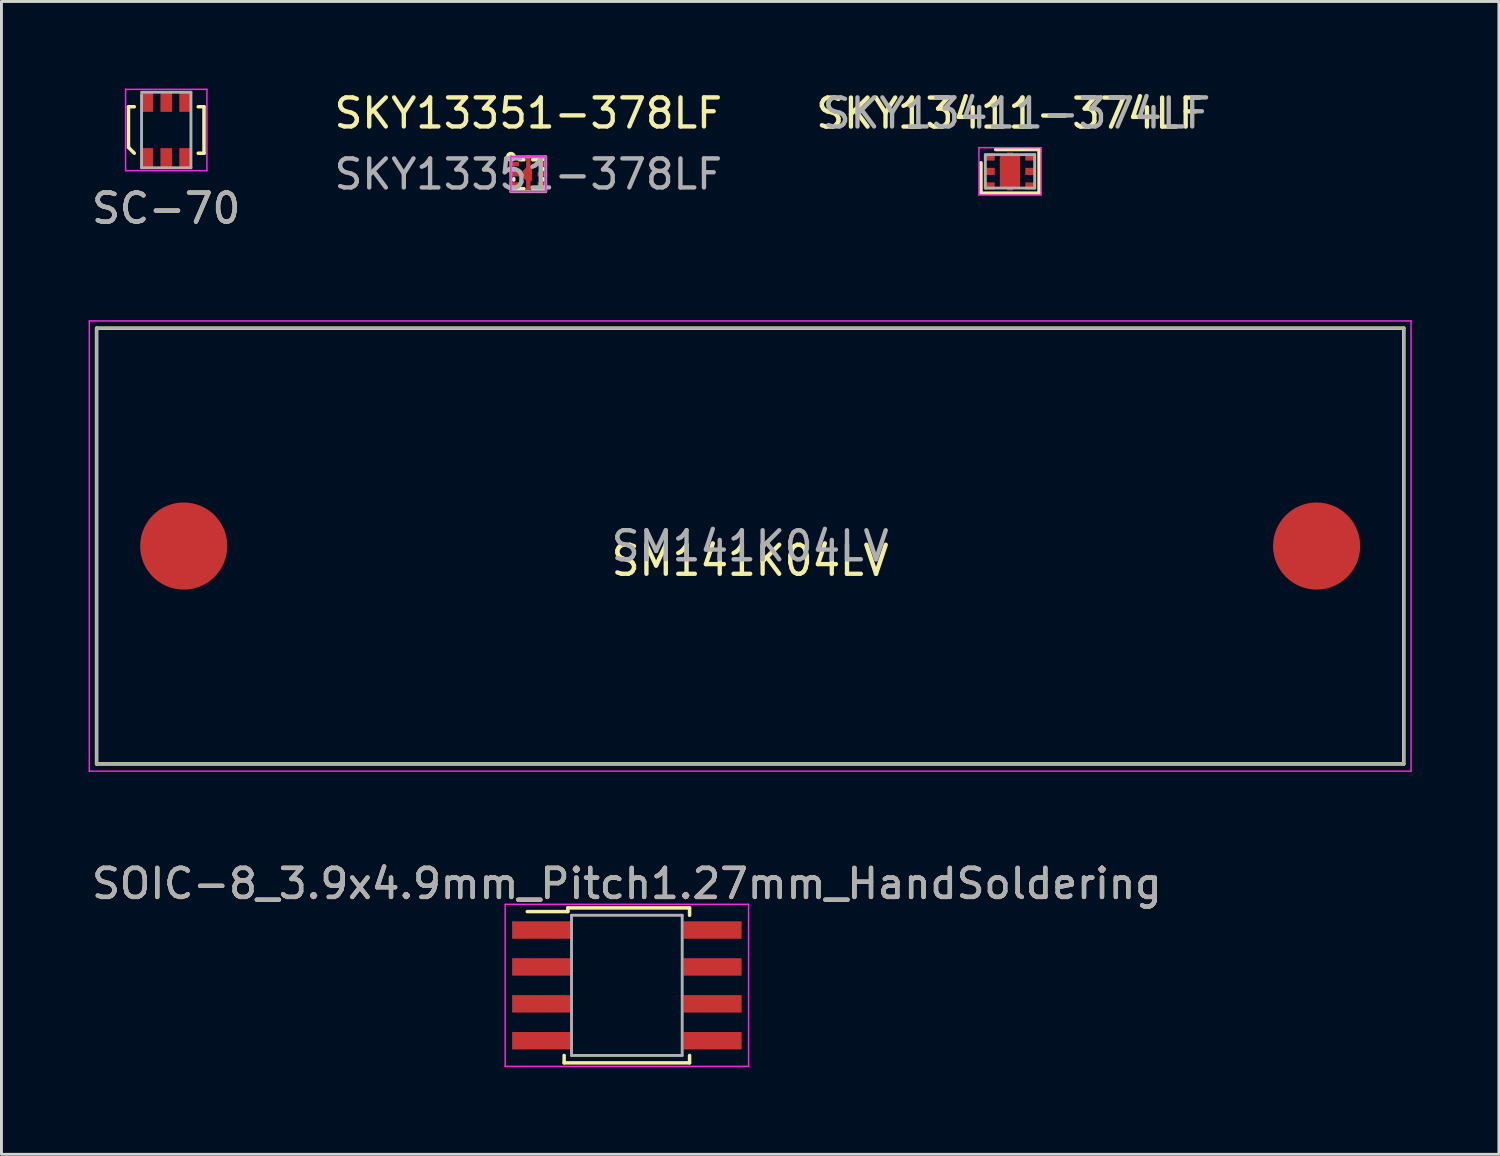
<source format=kicad_pcb>
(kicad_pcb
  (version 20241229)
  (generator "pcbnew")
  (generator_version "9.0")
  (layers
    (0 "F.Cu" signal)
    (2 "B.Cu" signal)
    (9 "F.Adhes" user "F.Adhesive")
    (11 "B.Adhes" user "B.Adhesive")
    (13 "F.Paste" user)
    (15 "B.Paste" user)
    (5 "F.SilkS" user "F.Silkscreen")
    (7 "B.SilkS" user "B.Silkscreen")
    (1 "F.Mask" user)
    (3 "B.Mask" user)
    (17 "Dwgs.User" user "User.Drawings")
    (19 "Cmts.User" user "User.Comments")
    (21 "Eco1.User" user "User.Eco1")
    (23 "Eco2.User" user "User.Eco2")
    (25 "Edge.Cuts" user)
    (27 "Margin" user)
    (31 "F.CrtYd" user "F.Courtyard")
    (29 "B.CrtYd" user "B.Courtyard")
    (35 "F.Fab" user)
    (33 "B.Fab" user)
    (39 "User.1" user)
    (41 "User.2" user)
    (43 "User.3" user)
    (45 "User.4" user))
  (footprint "SM141K04LV"
    (layer "F.Cu")
    (at 22.775 15.748)
    (property "Reference" "SM141K04LV" (at 0 0.5 0) (unlocked yes) (layer "F.SilkS") (effects (font (size 1 1) (thickness 0.15))))
    (attr smd)
    (fp_line (start -22.5 -7.5) (end 22.5 -7.5) (stroke (width 0.12) (type solid)) (layer "F.SilkS"))
    (fp_line (start -22.5 7.5) (end -22.5 -7.5) (stroke (width 0.12) (type solid)) (layer "F.SilkS"))
    (fp_line (start 22.5 -7.5) (end 22.5 7.5) (stroke (width 0.12) (type solid)) (layer "F.SilkS"))
    (fp_line (start 22.5 7.5) (end -22.5 7.5) (stroke (width 0.12) (type solid)) (layer "F.SilkS"))
    (fp_line (start -22.75 -7.75) (end 22.75 -7.75) (stroke (width 0.05) (type solid)) (layer "F.CrtYd"))
    (fp_line (start -22.75 7.75) (end -22.75 -7.75) (stroke (width 0.05) (type solid)) (layer "F.CrtYd"))
    (fp_line (start 22.75 -7.75) (end 22.75 7.75) (stroke (width 0.05) (type solid)) (layer "F.CrtYd"))
    (fp_line (start 22.75 7.75) (end -22.75 7.75) (stroke (width 0.05) (type solid)) (layer "F.CrtYd"))
    (fp_line (start -22.5 -7.5) (end -22.5 7.5) (stroke (width 0.1) (type solid)) (layer "F.Fab"))
    (fp_line (start -22.5 7.5) (end 22.5 7.5) (stroke (width 0.1) (type solid)) (layer "F.Fab"))
    (fp_line (start 22.5 -7.5) (end -22.5 -7.5) (stroke (width 0.1) (type solid)) (layer "F.Fab"))
    (fp_line (start 22.5 7.5) (end 22.5 -7.5) (stroke (width 0.1) (type solid)) (layer "F.Fab"))
    (fp_text user "${REFERENCE}" (at 0 0 0) (layer "F.Fab") (effects (font (size 1 1) (thickness 0.15))))
    (pad "1" smd circle (at -19.5 0) (size 3 3) (layers "F.Cu" "F.Mask" "F.Paste"))
    (pad "2" smd circle (at 19.5 0) (size 3 3) (layers "F.Cu" "F.Mask" "F.Paste")))
  (footprint "SKY13351-378LF"
    (layer "F.Cu")
    (at 15.137 2.948)
    (property "Reference" "SKY13351-378LF" (at 0 -2.1 0) (layer "F.SilkS") (effects (font (size 1 1) (thickness 0.15))))
    (attr smd)
    (fp_line (start -0.5 -0.201) (end -0.5 -0.15) (stroke (width 0.12) (type solid)) (layer "F.SilkS"))
    (fp_line (start -0.5 0.15) (end -0.5 0.201) (stroke (width 0.12) (type solid)) (layer "F.SilkS"))
    (fp_line (start -0.5 0.5) (end -0.15 0.5) (stroke (width 0.12) (type solid)) (layer "F.SilkS"))
    (fp_line (start -0.15 -0.5) (end -0.3 -0.5) (stroke (width 0.12) (type solid)) (layer "F.SilkS"))
    (fp_line (start 0.15 0.5) (end 0.5 0.5) (stroke (width 0.12) (type solid)) (layer "F.SilkS"))
    (fp_line (start 0.5 -0.5) (end 0.15 -0.5) (stroke (width 0.12) (type solid)) (layer "F.SilkS"))
    (fp_line (start 0.5 -0.15) (end 0.5 -0.201) (stroke (width 0.12) (type solid)) (layer "F.SilkS"))
    (fp_line (start 0.5 0.201) (end 0.5 0.15) (stroke (width 0.12) (type solid)) (layer "F.SilkS"))
    (fp_circle (center -0.599 -0.602) (end -0.5 -0.551) (stroke (width 0.12) (type solid)) (fill no) (layer "F.SilkS"))
    (fp_line (start -0.6 -0.6) (end 0.6 -0.6) (stroke (width 0.05) (type solid)) (layer "F.CrtYd"))
    (fp_line (start -0.6 0.6) (end -0.6 -0.6) (stroke (width 0.05) (type solid)) (layer "F.CrtYd"))
    (fp_line (start 0.6 -0.6) (end 0.6 0.6) (stroke (width 0.05) (type solid)) (layer "F.CrtYd"))
    (fp_line (start 0.6 0.6) (end -0.6 0.6) (stroke (width 0.05) (type solid)) (layer "F.CrtYd"))
    (fp_line (start -0.6 -0.6) (end 0.6 -0.6) (stroke (width 0.1) (type solid)) (layer "F.Fab"))
    (fp_line (start -0.6 0.6) (end -0.6 -0.6) (stroke (width 0.1) (type solid)) (layer "F.Fab"))
    (fp_line (start 0.6 -0.6) (end 0.6 0.6) (stroke (width 0.1) (type solid)) (layer "F.Fab"))
    (fp_line (start 0.6 0.6) (end -0.6 0.6) (stroke (width 0.1) (type solid)) (layer "F.Fab"))
    (fp_text user "${REFERENCE}" (at 0 0 0) (layer "F.Fab") (effects (font (size 1 1) (thickness 0.15))))
    (pad "1" smd rect (at -0.485 -0.351) (size 0.33 0.152) (layers "F.Cu" "F.Mask" "F.Paste"))
    (pad "2" smd rect (at -0.325 0) (size 0.65 0.152) (layers "F.Cu" "F.Mask" "F.Paste"))
    (pad "2" smd oval (at -0.109 -0.089 315) (size 0.15 0.399) (layers "F.Cu" "F.Mask" "F.Paste"))
    (pad "2" smd oval (at -0.099 0.089 45) (size 0.15 0.399) (layers "F.Cu" "F.Mask" "F.Paste"))
    (pad "2" smd rect (at 0 0) (size 0.152 1.3) (layers "F.Cu" "F.Mask" "F.Paste"))
    (pad "2" smd oval (at 0.066 0) (size 0.13 0.5) (layers "F.Cu" "F.Mask" "F.Paste"))
    (pad "3" smd rect (at -0.485 0.351) (size 0.33 0.152) (layers "F.Cu" "F.Mask" "F.Paste"))
    (pad "4" smd rect (at 0.485 0.351) (size 0.33 0.152) (layers "F.Cu" "F.Mask" "F.Paste"))
    (pad "5" smd rect (at 0.485 0) (size 0.33 0.152) (layers "F.Cu" "F.Mask" "F.Paste"))
    (pad "6" smd rect (at 0.485 -0.351) (size 0.33 0.152) (layers "F.Cu" "F.Mask" "F.Paste")))
  (footprint "SKY13411-374LF"
    (layer "F.Cu")
    (at 31.72 2.853)
    (property "Reference" "SKY13411-374LF" (at 0 -2 0) (layer "F.SilkS") (effects (font (size 1 1) (thickness 0.15))))
    (attr smd)
    (fp_line (start -1 0.744) (end -1 -0.3) (stroke (width 0.12) (type solid)) (layer "F.SilkS"))
    (fp_line (start -0.495 -0.755) (end 1 -0.755) (stroke (width 0.12) (type solid)) (layer "F.SilkS"))
    (fp_line (start 1 -0.754) (end 1 0.745) (stroke (width 0.12) (type solid)) (layer "F.SilkS"))
    (fp_line (start 1 0.745) (end -1 0.745) (stroke (width 0.12) (type solid)) (layer "F.SilkS"))
    (fp_line (start -1.07 -0.82) (end 1.07 -0.82) (stroke (width 0.05) (type solid)) (layer "F.CrtYd"))
    (fp_line (start -1.07 0.81) (end -1.07 -0.82) (stroke (width 0.05) (type solid)) (layer "F.CrtYd"))
    (fp_line (start 1.07 -0.82) (end 1.07 0.81) (stroke (width 0.05) (type solid)) (layer "F.CrtYd"))
    (fp_line (start 1.07 0.81) (end -1.07 0.81) (stroke (width 0.05) (type solid)) (layer "F.CrtYd"))
    (fp_line (start -0.85 -0.58) (end 0.85 -0.58) (stroke (width 0.1) (type solid)) (layer "F.Fab"))
    (fp_line (start -0.85 0.57) (end -0.85 -0.555) (stroke (width 0.1) (type solid)) (layer "F.Fab"))
    (fp_line (start 0.85 -0.58) (end 0.85 0.57) (stroke (width 0.1) (type solid)) (layer "F.Fab"))
    (fp_line (start 0.85 0.57) (end -0.85 0.57) (stroke (width 0.1) (type solid)) (layer "F.Fab"))
    (fp_text user "${REFERENCE}" (at 0.225 -2.005 0) (layer "F.Fab") (effects (font (size 1 1) (thickness 0.15))))
    (pad "" smd rect (at -0.275 -0.525 315) (size 0.071 0.142) (layers "F.Cu" "F.Mask" "F.Paste"))
    (pad "" smd rect (at -0.25 -0.425) (size 0.201 0.15) (layers "F.Cu" "F.Mask" "F.Paste"))
    (pad "" smd oval (at -0.25 0.05) (size 0.201 1.1) (layers "F.Cu" "F.Mask" "F.Paste"))
    (pad "" smd rect (at -0.001 0) (size 0.5 1.199) (layers "F.Cu" "F.Mask" "F.Paste"))
    (pad "" smd rect (at 0 0) (size 0.201 1.3) (layers "F.Cu" "F.Mask" "F.Paste"))
    (pad "" smd oval (at 0.248 0) (size 0.201 1.199) (layers "F.Cu" "F.Mask" "F.Paste"))
    (pad "1" smd rect (at -0.7 -0.5) (size 0.35 0.25) (layers "F.Cu" "F.Mask" "F.Paste"))
    (pad "2" smd rect (at -0.7 0) (size 0.35 0.25) (layers "F.Cu" "F.Mask" "F.Paste"))
    (pad "3" smd rect (at -0.7 0.5) (size 0.35 0.25) (layers "F.Cu" "F.Mask" "F.Paste"))
    (pad "4" smd rect (at 0.7 0.5) (size 0.35 0.25) (layers "F.Cu" "F.Mask" "F.Paste"))
    (pad "5" smd rect (at 0.7 0) (size 0.35 0.25) (layers "F.Cu" "F.Mask" "F.Paste"))
    (pad "6" smd rect (at 0.7 -0.5) (size 0.35 0.25) (layers "F.Cu" "F.Mask" "F.Paste")))
  (footprint "SOIC-8_3.9x4.9mm_Pitch1.27mm_HandSoldering"
    (layer "F.Cu")
    (at 18.53 30.872)
    (property "Reference" "SOIC-8_3.9x4.9mm_Pitch1.27mm_HandSoldering" (at 0 -3.5 0) (layer "F.SilkS") (effects (font (size 1 1) (thickness 0.15))))
    (attr smd)
    (fp_line (start -2.159 2.667) (end -2.159 2.413) (stroke (width 0.12) (type solid)) (layer "F.SilkS"))
    (fp_line (start -2.159 2.667) (end 2.159 2.667) (stroke (width 0.12) (type solid)) (layer "F.SilkS"))
    (fp_line (start -2.032 -2.667) (end -2.032 -2.54) (stroke (width 0.12) (type solid)) (layer "F.SilkS"))
    (fp_line (start -2.032 -2.667) (end 2.159 -2.667) (stroke (width 0.12) (type solid)) (layer "F.SilkS"))
    (fp_line (start -2.032 -2.54) (end -3.429 -2.54) (stroke (width 0.12) (type solid)) (layer "F.SilkS"))
    (fp_line (start 2.159 -2.667) (end 2.159 -2.413) (stroke (width 0.12) (type solid)) (layer "F.SilkS"))
    (fp_line (start 2.159 2.667) (end 2.159 2.413) (stroke (width 0.12) (type solid)) (layer "F.SilkS"))
    (fp_line (start -4.19 -2.79) (end -4.19 2.79) (stroke (width 0.05) (type solid)) (layer "F.CrtYd"))
    (fp_line (start -4.19 -2.79) (end 4.19 -2.79) (stroke (width 0.05) (type solid)) (layer "F.CrtYd"))
    (fp_line (start -4.19 2.79) (end 4.19 2.79) (stroke (width 0.05) (type solid)) (layer "F.CrtYd"))
    (fp_line (start 4.19 -2.79) (end 4.19 2.79) (stroke (width 0.05) (type solid)) (layer "F.CrtYd"))
    (fp_line (start -1.905 -2.413) (end 1.905 -2.413) (stroke (width 0.1) (type solid)) (layer "F.Fab"))
    (fp_line (start -1.905 2.413) (end -1.905 -2.413) (stroke (width 0.1) (type solid)) (layer "F.Fab"))
    (fp_line (start 1.905 -2.413) (end 1.905 2.413) (stroke (width 0.1) (type solid)) (layer "F.Fab"))
    (fp_line (start 1.905 2.413) (end -1.905 2.413) (stroke (width 0.1) (type solid)) (layer "F.Fab"))
    (fp_text user "${REFERENCE}" (at 0 -3.5 0) (layer "F.Fab") (effects (font (size 1 1) (thickness 0.15))))
    (pad "1" smd rect (at -2.95 -1.905) (size 2 0.6) (layers "F.Cu" "F.Mask" "F.Paste"))
    (pad "2" smd rect (at -2.95 -0.635) (size 2 0.6) (layers "F.Cu" "F.Mask" "F.Paste"))
    (pad "3" smd rect (at -2.95 0.635) (size 2 0.6) (layers "F.Cu" "F.Mask" "F.Paste"))
    (pad "4" smd rect (at -2.95 1.905) (size 2 0.6) (layers "F.Cu" "F.Mask" "F.Paste"))
    (pad "5" smd rect (at 2.95 1.905) (size 2 0.6) (layers "F.Cu" "F.Mask" "F.Paste"))
    (pad "6" smd rect (at 2.95 0.635) (size 2 0.6) (layers "F.Cu" "F.Mask" "F.Paste"))
    (pad "7" smd rect (at 2.95 -0.635) (size 2 0.6) (layers "F.Cu" "F.Mask" "F.Paste"))
    (pad "8" smd rect (at 2.95 -1.905) (size 2 0.6) (layers "F.Cu" "F.Mask" "F.Paste")))
  (footprint "SC-70"
    (layer "F.Cu")
    (at 2.673 1.425)
    (property "Reference" "SC-70" (at 0 2.7 0) (layer "F.SilkS") (effects (font (size 1 1) (thickness 0.15))))
    (attr smd)
    (fp_line (start -1.3 -0.8) (end -1.3 0.6) (stroke (width 0.12) (type solid)) (layer "F.SilkS"))
    (fp_line (start -1.1 -0.8) (end -1.3 -0.8) (stroke (width 0.12) (type solid)) (layer "F.SilkS"))
    (fp_line (start -1.1 0.8) (end -1.3 0.6) (stroke (width 0.12) (type solid)) (layer "F.SilkS"))
    (fp_line (start 1.1 -0.8) (end 1.3 -0.8) (stroke (width 0.12) (type solid)) (layer "F.SilkS"))
    (fp_line (start 1.3 -0.8) (end 1.3 0.8) (stroke (width 0.12) (type solid)) (layer "F.SilkS"))
    (fp_line (start 1.3 0.8) (end 1.1 0.8) (stroke (width 0.12) (type solid)) (layer "F.SilkS"))
    (fp_line (start -1.4 -1.4) (end 1.4 -1.4) (stroke (width 0.05) (type solid)) (layer "F.CrtYd"))
    (fp_line (start -1.4 1.4) (end -1.4 -1.4) (stroke (width 0.05) (type solid)) (layer "F.CrtYd"))
    (fp_line (start 1.4 -1.4) (end 1.4 1.4) (stroke (width 0.05) (type solid)) (layer "F.CrtYd"))
    (fp_line (start 1.4 1.4) (end -1.4 1.4) (stroke (width 0.05) (type solid)) (layer "F.CrtYd"))
    (fp_line (start -0.85 -1.3) (end 0.85 -1.3) (stroke (width 0.1) (type solid)) (layer "F.Fab"))
    (fp_line (start -0.85 1.3) (end -0.85 -1.225) (stroke (width 0.1) (type solid)) (layer "F.Fab"))
    (fp_line (start 0.85 -1.3) (end 0.85 1.3) (stroke (width 0.1) (type solid)) (layer "F.Fab"))
    (fp_line (start 0.85 1.3) (end -0.85 1.3) (stroke (width 0.1) (type solid)) (layer "F.Fab"))
    (fp_text user "${REFERENCE}" (at 0 2.7 0) (layer "F.Fab") (effects (font (size 1 1) (thickness 0.15))))
    (pad "1" smd trapezoid (at -0.65 0.975) (size 0.4 0.7) (layers "F.Cu" "F.Mask" "F.Paste"))
    (pad "2" smd trapezoid (at 0 0.975) (size 0.4 0.7) (layers "F.Cu" "F.Mask" "F.Paste"))
    (pad "3" smd trapezoid (at 0.65 0.975) (size 0.4 0.7) (layers "F.Cu" "F.Mask" "F.Paste"))
    (pad "4" smd trapezoid (at 0.65 -0.975) (size 0.4 0.7) (layers "F.Cu" "F.Mask" "F.Paste"))
    (pad "5" smd trapezoid (at 0 -0.975) (size 0.4 0.7) (layers "F.Cu" "F.Mask" "F.Paste"))
    (pad "6" smd trapezoid (at -0.65 -0.975) (size 0.4 0.7) (layers "F.Cu" "F.Mask" "F.Paste")))
  (gr_rect
    (start -3 -3)
    (end 48.55 36.687)
    (stroke (width 0.1) (type default))
    (fill no)
    (layer "Edge.Cuts")))
</source>
